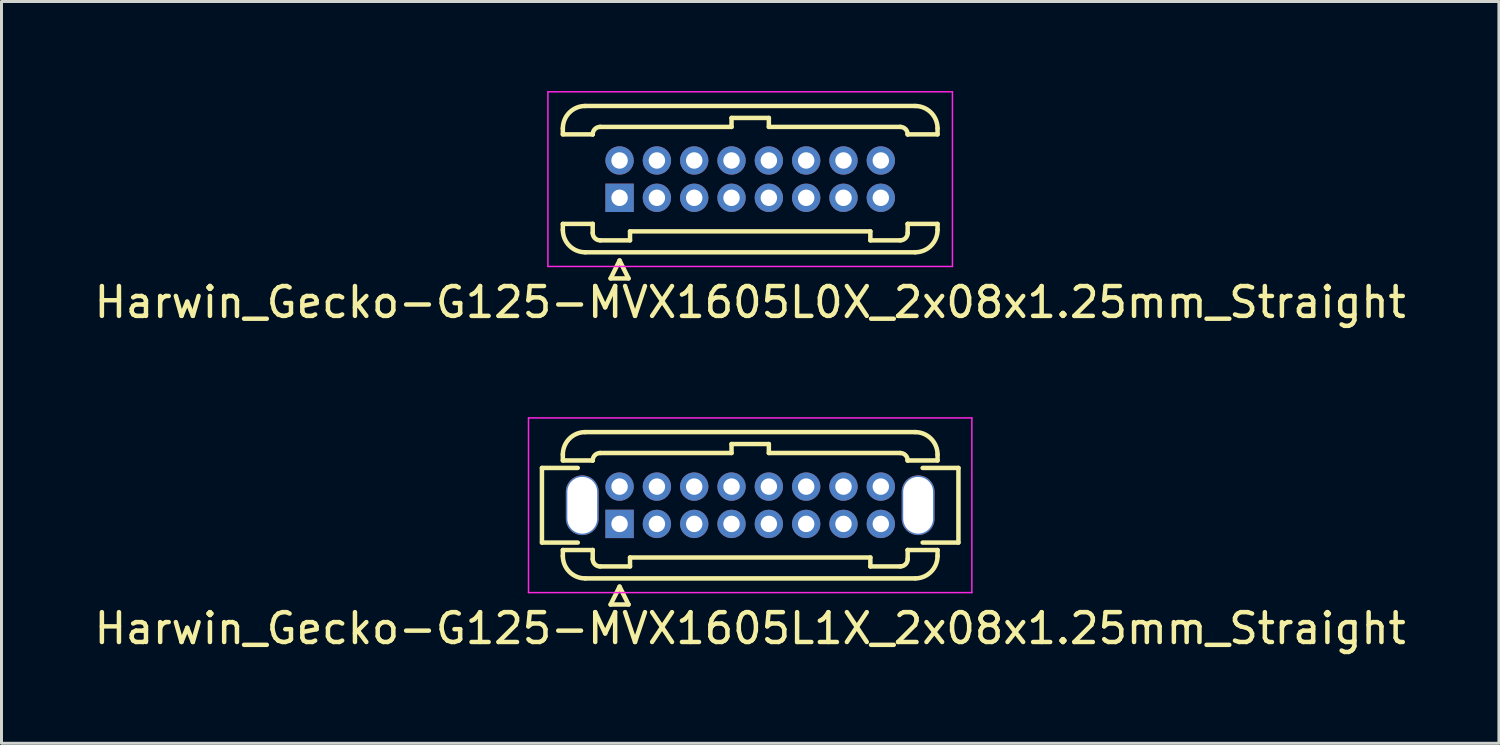
<source format=kicad_pcb>
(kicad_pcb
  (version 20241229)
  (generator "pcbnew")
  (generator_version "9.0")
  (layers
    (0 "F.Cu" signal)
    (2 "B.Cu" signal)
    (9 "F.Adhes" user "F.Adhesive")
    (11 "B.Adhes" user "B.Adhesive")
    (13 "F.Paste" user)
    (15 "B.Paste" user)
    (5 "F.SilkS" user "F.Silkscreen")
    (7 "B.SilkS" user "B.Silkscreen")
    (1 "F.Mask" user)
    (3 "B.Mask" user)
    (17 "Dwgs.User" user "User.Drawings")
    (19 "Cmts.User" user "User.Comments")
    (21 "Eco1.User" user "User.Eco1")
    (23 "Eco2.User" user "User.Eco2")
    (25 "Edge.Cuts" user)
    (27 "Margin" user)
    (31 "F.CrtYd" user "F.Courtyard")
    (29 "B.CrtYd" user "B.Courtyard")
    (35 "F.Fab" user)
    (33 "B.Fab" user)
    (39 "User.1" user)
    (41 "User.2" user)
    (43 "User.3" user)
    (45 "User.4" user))
  (footprint "Harwin_Gecko-G125-MVX1605L1X_2x08x1.25mm_Straight"
    (layer "F.Cu")
    (at 17.702 14.498)
    (property "Reference" "Harwin_Gecko-G125-MVX1605L1X_2x08x1.25mm_Straight" (at 4.375 3.5 0) (layer "F.SilkS") (effects (font (size 1 1) (thickness 0.15))))
    (attr through_hole)
    (fp_line (start -2.6 -1.875) (end -2.6 0.625) (stroke (width 0.15) (type solid)) (layer "F.SilkS"))
    (fp_line (start -2.6 0.625) (end -1.4 0.625) (stroke (width 0.15) (type solid)) (layer "F.SilkS"))
    (fp_line (start -1.9 -2.325) (end -1.9 -2.125) (stroke (width 0.15) (type solid)) (layer "F.SilkS"))
    (fp_line (start -1.9 -2.125) (end -0.9 -2.125) (stroke (width 0.15) (type solid)) (layer "F.SilkS"))
    (fp_line (start -1.9 0.875) (end -0.9 0.875) (stroke (width 0.15) (type solid)) (layer "F.SilkS"))
    (fp_line (start -1.9 1.075) (end -1.9 0.875) (stroke (width 0.15) (type solid)) (layer "F.SilkS"))
    (fp_line (start -1.4 -1.875) (end -2.6 -1.875) (stroke (width 0.15) (type solid)) (layer "F.SilkS"))
    (fp_line (start -1.15 -3.075) (end 9.9 -3.075) (stroke (width 0.15) (type solid)) (layer "F.SilkS"))
    (fp_line (start -1.15 1.825) (end 9.9 1.825) (stroke (width 0.15) (type solid)) (layer "F.SilkS"))
    (fp_line (start -0.9 -2.125) (end -0.9 -2.125) (stroke (width 0.15) (type solid)) (layer "F.SilkS"))
    (fp_line (start -0.9 0.875) (end -0.9 0.875) (stroke (width 0.15) (type solid)) (layer "F.SilkS"))
    (fp_line (start -0.9 1.175) (end -0.9 0.875) (stroke (width 0.15) (type solid)) (layer "F.SilkS"))
    (fp_line (start -0.65 -2.375) (end 3.75 -2.375) (stroke (width 0.15) (type solid)) (layer "F.SilkS"))
    (fp_line (start -0.65 1.425) (end 0.35 1.425) (stroke (width 0.15) (type solid)) (layer "F.SilkS"))
    (fp_line (start -0.3 2.7) (end 0.3 2.7) (stroke (width 0.15) (type solid)) (layer "F.SilkS"))
    (fp_line (start 0 2.1) (end -0.3 2.7) (stroke (width 0.15) (type solid)) (layer "F.SilkS"))
    (fp_line (start 0.3 2.7) (end 0 2.1) (stroke (width 0.15) (type solid)) (layer "F.SilkS"))
    (fp_line (start 0.35 1.125) (end 8.4 1.125) (stroke (width 0.15) (type solid)) (layer "F.SilkS"))
    (fp_line (start 0.35 1.425) (end 0.35 1.125) (stroke (width 0.15) (type solid)) (layer "F.SilkS"))
    (fp_line (start 3.75 -2.675) (end 5 -2.675) (stroke (width 0.15) (type solid)) (layer "F.SilkS"))
    (fp_line (start 3.75 -2.375) (end 3.75 -2.675) (stroke (width 0.15) (type solid)) (layer "F.SilkS"))
    (fp_line (start 5 -2.675) (end 5 -2.375) (stroke (width 0.15) (type solid)) (layer "F.SilkS"))
    (fp_line (start 5 -2.375) (end 9.4 -2.375) (stroke (width 0.15) (type solid)) (layer "F.SilkS"))
    (fp_line (start 8.4 1.125) (end 8.4 1.425) (stroke (width 0.15) (type solid)) (layer "F.SilkS"))
    (fp_line (start 8.4 1.425) (end 9.4 1.425) (stroke (width 0.15) (type solid)) (layer "F.SilkS"))
    (fp_line (start 9.65 -2.125) (end 9.65 -2.125) (stroke (width 0.15) (type solid)) (layer "F.SilkS"))
    (fp_line (start 9.65 0.875) (end 9.65 0.875) (stroke (width 0.15) (type solid)) (layer "F.SilkS"))
    (fp_line (start 9.65 1.175) (end 9.65 0.875) (stroke (width 0.15) (type solid)) (layer "F.SilkS"))
    (fp_line (start 10.15 -1.875) (end 11.35 -1.875) (stroke (width 0.15) (type solid)) (layer "F.SilkS"))
    (fp_line (start 10.65 -2.325) (end 10.65 -2.125) (stroke (width 0.15) (type solid)) (layer "F.SilkS"))
    (fp_line (start 10.65 -2.125) (end 9.65 -2.125) (stroke (width 0.15) (type solid)) (layer "F.SilkS"))
    (fp_line (start 10.65 0.875) (end 9.65 0.875) (stroke (width 0.15) (type solid)) (layer "F.SilkS"))
    (fp_line (start 10.65 1.075) (end 10.65 0.875) (stroke (width 0.15) (type solid)) (layer "F.SilkS"))
    (fp_line (start 11.35 -1.875) (end 11.35 0.625) (stroke (width 0.15) (type solid)) (layer "F.SilkS"))
    (fp_line (start 11.35 0.625) (end 10.15 0.625) (stroke (width 0.15) (type solid)) (layer "F.SilkS"))
    (fp_arc (start -1.9 -2.325) (mid -1.68033 -2.85533) (end -1.15 -3.075) (stroke (width 0.15) (type solid)) (layer "F.SilkS"))
    (fp_arc (start -1.15 1.825) (mid -1.68033 1.60533) (end -1.9 1.075) (stroke (width 0.15) (type solid)) (layer "F.SilkS"))
    (fp_arc (start -0.9 -2.125) (mid -0.826777 -2.301777) (end -0.65 -2.375) (stroke (width 0.15) (type solid)) (layer "F.SilkS"))
    (fp_arc (start -0.65 1.425) (mid -0.826777 1.351777) (end -0.9 1.175) (stroke (width 0.15) (type solid)) (layer "F.SilkS"))
    (fp_arc (start 9.4 -2.375) (mid 9.576777 -2.301777) (end 9.65 -2.125) (stroke (width 0.15) (type solid)) (layer "F.SilkS"))
    (fp_arc (start 9.65 1.175) (mid 9.576777 1.351777) (end 9.4 1.425) (stroke (width 0.15) (type solid)) (layer "F.SilkS"))
    (fp_arc (start 9.9 -3.075) (mid 10.43033 -2.85533) (end 10.65 -2.325) (stroke (width 0.15) (type solid)) (layer "F.SilkS"))
    (fp_arc (start 10.65 1.075) (mid 10.43033 1.60533) (end 9.9 1.825) (stroke (width 0.15) (type solid)) (layer "F.SilkS"))
    (fp_line (start -3.05 -3.55) (end -3.05 2.3) (stroke (width 0.05) (type solid)) (layer "F.CrtYd"))
    (fp_line (start -3.05 2.3) (end 11.8 2.3) (stroke (width 0.05) (type solid)) (layer "F.CrtYd"))
    (fp_line (start 11.8 -3.55) (end -3.05 -3.55) (stroke (width 0.05) (type solid)) (layer "F.CrtYd"))
    (fp_line (start 11.8 2.3) (end 11.8 -3.55) (stroke (width 0.05) (type solid)) (layer "F.CrtYd"))
    (pad "" np_thru_hole oval (at -1.25 -0.625) (size 1.1 2) (drill oval 1 1.9) (layers "*.Cu" "*.Mask"))
    (pad "" np_thru_hole oval (at 10 -0.625) (size 1.1 2) (drill oval 1 1.9) (layers "*.Cu" "*.Mask"))
    (pad "1" thru_hole rect (at 0 0) (size 0.95 0.95) (drill 0.55) (layers "*.Cu" "*.Mask"))
    (pad "2" thru_hole circle (at 0 -1.25) (size 0.95 0.95) (drill 0.55) (layers "*.Cu" "*.Mask"))
    (pad "3" thru_hole circle (at 1.25 0) (size 0.95 0.95) (drill 0.55) (layers "*.Cu" "*.Mask"))
    (pad "4" thru_hole circle (at 1.25 -1.25) (size 0.95 0.95) (drill 0.55) (layers "*.Cu" "*.Mask"))
    (pad "5" thru_hole circle (at 2.5 0) (size 0.95 0.95) (drill 0.55) (layers "*.Cu" "*.Mask"))
    (pad "6" thru_hole circle (at 2.5 -1.25) (size 0.95 0.95) (drill 0.55) (layers "*.Cu" "*.Mask"))
    (pad "7" thru_hole circle (at 3.75 0) (size 0.95 0.95) (drill 0.55) (layers "*.Cu" "*.Mask"))
    (pad "8" thru_hole circle (at 3.75 -1.25) (size 0.95 0.95) (drill 0.55) (layers "*.Cu" "*.Mask"))
    (pad "9" thru_hole circle (at 5 0) (size 0.95 0.95) (drill 0.55) (layers "*.Cu" "*.Mask"))
    (pad "10" thru_hole circle (at 5 -1.25) (size 0.95 0.95) (drill 0.55) (layers "*.Cu" "*.Mask"))
    (pad "11" thru_hole circle (at 6.25 0) (size 0.95 0.95) (drill 0.55) (layers "*.Cu" "*.Mask"))
    (pad "12" thru_hole circle (at 6.25 -1.25) (size 0.95 0.95) (drill 0.55) (layers "*.Cu" "*.Mask"))
    (pad "13" thru_hole circle (at 7.5 0) (size 0.95 0.95) (drill 0.55) (layers "*.Cu" "*.Mask"))
    (pad "14" thru_hole circle (at 7.5 -1.25) (size 0.95 0.95) (drill 0.55) (layers "*.Cu" "*.Mask"))
    (pad "15" thru_hole circle (at 8.75 0) (size 0.95 0.95) (drill 0.55) (layers "*.Cu" "*.Mask"))
    (pad "16" thru_hole circle (at 8.75 -1.25) (size 0.95 0.95) (drill 0.55) (layers "*.Cu" "*.Mask")))
  (footprint "Harwin_Gecko-G125-MVX1605L0X_2x08x1.25mm_Straight"
    (layer "F.Cu")
    (at 17.702 3.575)
    (property "Reference" "Harwin_Gecko-G125-MVX1605L0X_2x08x1.25mm_Straight" (at 4.375 3.5 0) (layer "F.SilkS") (effects (font (size 1 1) (thickness 0.15))))
    (attr through_hole)
    (fp_line (start -1.9 -2.325) (end -1.9 -2.125) (stroke (width 0.15) (type solid)) (layer "F.SilkS"))
    (fp_line (start -1.9 -2.125) (end -0.9 -2.125) (stroke (width 0.15) (type solid)) (layer "F.SilkS"))
    (fp_line (start -1.9 0.875) (end -0.9 0.875) (stroke (width 0.15) (type solid)) (layer "F.SilkS"))
    (fp_line (start -1.9 1.075) (end -1.9 0.875) (stroke (width 0.15) (type solid)) (layer "F.SilkS"))
    (fp_line (start -1.15 -3.075) (end 9.9 -3.075) (stroke (width 0.15) (type solid)) (layer "F.SilkS"))
    (fp_line (start -1.15 1.825) (end 9.9 1.825) (stroke (width 0.15) (type solid)) (layer "F.SilkS"))
    (fp_line (start -0.9 -2.125) (end -0.9 -2.125) (stroke (width 0.15) (type solid)) (layer "F.SilkS"))
    (fp_line (start -0.9 0.875) (end -0.9 0.875) (stroke (width 0.15) (type solid)) (layer "F.SilkS"))
    (fp_line (start -0.9 1.175) (end -0.9 0.875) (stroke (width 0.15) (type solid)) (layer "F.SilkS"))
    (fp_line (start -0.65 -2.375) (end 3.75 -2.375) (stroke (width 0.15) (type solid)) (layer "F.SilkS"))
    (fp_line (start -0.65 1.425) (end 0.35 1.425) (stroke (width 0.15) (type solid)) (layer "F.SilkS"))
    (fp_line (start -0.3 2.7) (end 0.3 2.7) (stroke (width 0.15) (type solid)) (layer "F.SilkS"))
    (fp_line (start 0 2.1) (end -0.3 2.7) (stroke (width 0.15) (type solid)) (layer "F.SilkS"))
    (fp_line (start 0.3 2.7) (end 0 2.1) (stroke (width 0.15) (type solid)) (layer "F.SilkS"))
    (fp_line (start 0.35 1.125) (end 8.4 1.125) (stroke (width 0.15) (type solid)) (layer "F.SilkS"))
    (fp_line (start 0.35 1.425) (end 0.35 1.125) (stroke (width 0.15) (type solid)) (layer "F.SilkS"))
    (fp_line (start 3.75 -2.675) (end 5 -2.675) (stroke (width 0.15) (type solid)) (layer "F.SilkS"))
    (fp_line (start 3.75 -2.375) (end 3.75 -2.675) (stroke (width 0.15) (type solid)) (layer "F.SilkS"))
    (fp_line (start 5 -2.675) (end 5 -2.375) (stroke (width 0.15) (type solid)) (layer "F.SilkS"))
    (fp_line (start 5 -2.375) (end 9.4 -2.375) (stroke (width 0.15) (type solid)) (layer "F.SilkS"))
    (fp_line (start 8.4 1.125) (end 8.4 1.425) (stroke (width 0.15) (type solid)) (layer "F.SilkS"))
    (fp_line (start 8.4 1.425) (end 9.4 1.425) (stroke (width 0.15) (type solid)) (layer "F.SilkS"))
    (fp_line (start 9.65 -2.125) (end 9.65 -2.125) (stroke (width 0.15) (type solid)) (layer "F.SilkS"))
    (fp_line (start 9.65 0.875) (end 9.65 0.875) (stroke (width 0.15) (type solid)) (layer "F.SilkS"))
    (fp_line (start 9.65 1.175) (end 9.65 0.875) (stroke (width 0.15) (type solid)) (layer "F.SilkS"))
    (fp_line (start 10.65 -2.325) (end 10.65 -2.125) (stroke (width 0.15) (type solid)) (layer "F.SilkS"))
    (fp_line (start 10.65 -2.125) (end 9.65 -2.125) (stroke (width 0.15) (type solid)) (layer "F.SilkS"))
    (fp_line (start 10.65 0.875) (end 9.65 0.875) (stroke (width 0.15) (type solid)) (layer "F.SilkS"))
    (fp_line (start 10.65 1.075) (end 10.65 0.875) (stroke (width 0.15) (type solid)) (layer "F.SilkS"))
    (fp_arc (start -1.9 -2.325) (mid -1.68033 -2.85533) (end -1.15 -3.075) (stroke (width 0.15) (type solid)) (layer "F.SilkS"))
    (fp_arc (start -1.15 1.825) (mid -1.68033 1.60533) (end -1.9 1.075) (stroke (width 0.15) (type solid)) (layer "F.SilkS"))
    (fp_arc (start -0.9 -2.125) (mid -0.826777 -2.301777) (end -0.65 -2.375) (stroke (width 0.15) (type solid)) (layer "F.SilkS"))
    (fp_arc (start -0.65 1.425) (mid -0.826777 1.351777) (end -0.9 1.175) (stroke (width 0.15) (type solid)) (layer "F.SilkS"))
    (fp_arc (start 9.4 -2.375) (mid 9.576777 -2.301777) (end 9.65 -2.125) (stroke (width 0.15) (type solid)) (layer "F.SilkS"))
    (fp_arc (start 9.65 1.175) (mid 9.576777 1.351777) (end 9.4 1.425) (stroke (width 0.15) (type solid)) (layer "F.SilkS"))
    (fp_arc (start 9.9 -3.075) (mid 10.43033 -2.85533) (end 10.65 -2.325) (stroke (width 0.15) (type solid)) (layer "F.SilkS"))
    (fp_arc (start 10.65 1.075) (mid 10.43033 1.60533) (end 9.9 1.825) (stroke (width 0.15) (type solid)) (layer "F.SilkS"))
    (fp_line (start -2.4 -3.55) (end -2.4 2.3) (stroke (width 0.05) (type solid)) (layer "F.CrtYd"))
    (fp_line (start -2.4 2.3) (end 11.15 2.3) (stroke (width 0.05) (type solid)) (layer "F.CrtYd"))
    (fp_line (start 11.15 -3.55) (end -2.4 -3.55) (stroke (width 0.05) (type solid)) (layer "F.CrtYd"))
    (fp_line (start 11.15 2.3) (end 11.15 -3.55) (stroke (width 0.05) (type solid)) (layer "F.CrtYd"))
    (pad "1" thru_hole rect (at 0 0) (size 0.95 0.95) (drill 0.55) (layers "*.Cu" "*.Mask"))
    (pad "2" thru_hole circle (at 0 -1.25) (size 0.95 0.95) (drill 0.55) (layers "*.Cu" "*.Mask"))
    (pad "3" thru_hole circle (at 1.25 0) (size 0.95 0.95) (drill 0.55) (layers "*.Cu" "*.Mask"))
    (pad "4" thru_hole circle (at 1.25 -1.25) (size 0.95 0.95) (drill 0.55) (layers "*.Cu" "*.Mask"))
    (pad "5" thru_hole circle (at 2.5 0) (size 0.95 0.95) (drill 0.55) (layers "*.Cu" "*.Mask"))
    (pad "6" thru_hole circle (at 2.5 -1.25) (size 0.95 0.95) (drill 0.55) (layers "*.Cu" "*.Mask"))
    (pad "7" thru_hole circle (at 3.75 0) (size 0.95 0.95) (drill 0.55) (layers "*.Cu" "*.Mask"))
    (pad "8" thru_hole circle (at 3.75 -1.25) (size 0.95 0.95) (drill 0.55) (layers "*.Cu" "*.Mask"))
    (pad "9" thru_hole circle (at 5 0) (size 0.95 0.95) (drill 0.55) (layers "*.Cu" "*.Mask"))
    (pad "10" thru_hole circle (at 5 -1.25) (size 0.95 0.95) (drill 0.55) (layers "*.Cu" "*.Mask"))
    (pad "11" thru_hole circle (at 6.25 0) (size 0.95 0.95) (drill 0.55) (layers "*.Cu" "*.Mask"))
    (pad "12" thru_hole circle (at 6.25 -1.25) (size 0.95 0.95) (drill 0.55) (layers "*.Cu" "*.Mask"))
    (pad "13" thru_hole circle (at 7.5 0) (size 0.95 0.95) (drill 0.55) (layers "*.Cu" "*.Mask"))
    (pad "14" thru_hole circle (at 7.5 -1.25) (size 0.95 0.95) (drill 0.55) (layers "*.Cu" "*.Mask"))
    (pad "15" thru_hole circle (at 8.75 0) (size 0.95 0.95) (drill 0.55) (layers "*.Cu" "*.Mask"))
    (pad "16" thru_hole circle (at 8.75 -1.25) (size 0.95 0.95) (drill 0.55) (layers "*.Cu" "*.Mask")))
  (gr_rect
    (start -3 -3)
    (end 47.155 21.846)
    (stroke (width 0.1) (type default))
    (fill no)
    (layer "Edge.Cuts")))
</source>
